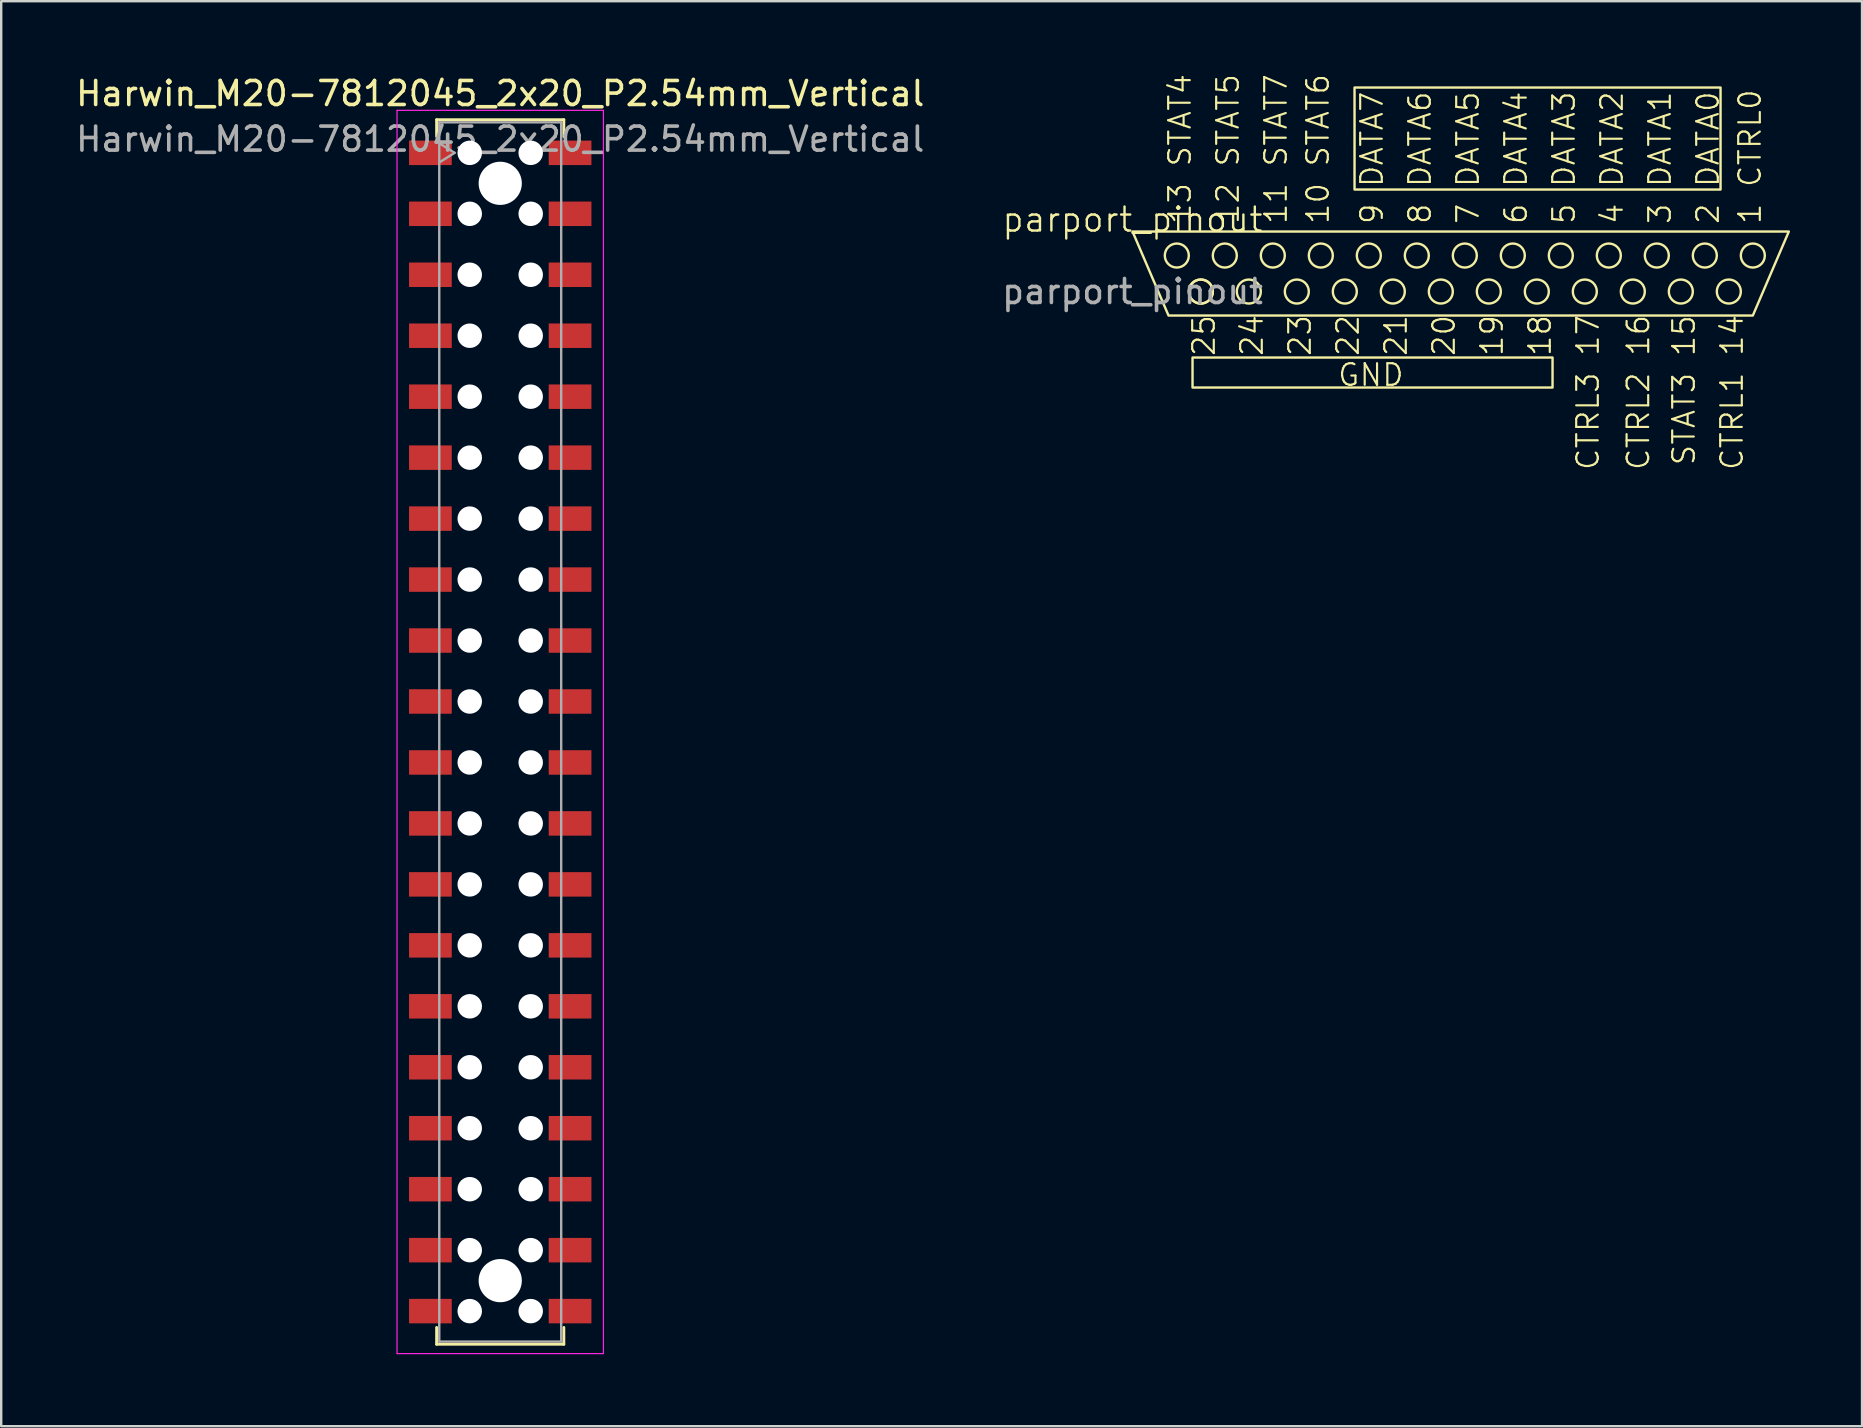
<source format=kicad_pcb>
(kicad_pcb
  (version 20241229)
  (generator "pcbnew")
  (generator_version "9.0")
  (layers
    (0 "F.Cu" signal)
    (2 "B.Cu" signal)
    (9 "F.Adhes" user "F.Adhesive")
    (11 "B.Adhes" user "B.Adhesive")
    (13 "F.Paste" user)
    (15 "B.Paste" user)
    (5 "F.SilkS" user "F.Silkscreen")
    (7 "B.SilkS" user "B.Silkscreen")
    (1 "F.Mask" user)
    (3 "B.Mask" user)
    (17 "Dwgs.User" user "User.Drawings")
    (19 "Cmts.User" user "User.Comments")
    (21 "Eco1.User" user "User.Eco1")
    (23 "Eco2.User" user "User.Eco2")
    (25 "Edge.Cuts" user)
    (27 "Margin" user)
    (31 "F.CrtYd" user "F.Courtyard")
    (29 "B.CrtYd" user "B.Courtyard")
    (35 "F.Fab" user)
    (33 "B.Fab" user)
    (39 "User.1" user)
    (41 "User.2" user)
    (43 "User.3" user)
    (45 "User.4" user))
  (footprint "Harwin_M20-7812045_2x20_P2.54mm_Vertical"
    (layer "F.Cu")
    (at 17.792 27.448)
    (property "Reference" "Harwin_M20-7812045_2x20_P2.54mm_Vertical" (at 0 -26.6 0) (layer "F.SilkS") (effects (font (size 1 1) (thickness 0.15))))
    (attr smd)
    (fp_line (start -2.65 -25.51) (end 2.65 -25.51) (stroke (width 0.12) (type solid)) (layer "F.SilkS"))
    (fp_line (start -2.65 -24.81) (end -2.65 -25.51) (stroke (width 0.12) (type solid)) (layer "F.SilkS"))
    (fp_line (start -2.65 24.81) (end -2.65 25.51) (stroke (width 0.12) (type solid)) (layer "F.SilkS"))
    (fp_line (start -2.65 25.51) (end 2.65 25.51) (stroke (width 0.12) (type solid)) (layer "F.SilkS"))
    (fp_line (start 2.65 -25.51) (end 2.65 -24.81) (stroke (width 0.12) (type solid)) (layer "F.SilkS"))
    (fp_line (start 2.65 25.51) (end 2.65 24.81) (stroke (width 0.12) (type solid)) (layer "F.SilkS"))
    (fp_line (start -4.3 -25.9) (end 4.3 -25.9) (stroke (width 0.05) (type solid)) (layer "F.CrtYd"))
    (fp_line (start -4.3 25.9) (end -4.3 -25.9) (stroke (width 0.05) (type solid)) (layer "F.CrtYd"))
    (fp_line (start 4.3 -25.9) (end 4.3 25.9) (stroke (width 0.05) (type solid)) (layer "F.CrtYd"))
    (fp_line (start 4.3 25.9) (end -4.3 25.9) (stroke (width 0.05) (type solid)) (layer "F.CrtYd"))
    (fp_line (start -2.54 -25.4) (end 2.54 -25.4) (stroke (width 0.1) (type solid)) (layer "F.Fab"))
    (fp_line (start -2.54 -24.53) (end -1.9 -24.13) (stroke (width 0.1) (type solid)) (layer "F.Fab"))
    (fp_line (start -2.54 25.4) (end -2.54 -25.4) (stroke (width 0.1) (type solid)) (layer "F.Fab"))
    (fp_line (start -1.9 -24.13) (end -2.54 -23.73) (stroke (width 0.1) (type solid)) (layer "F.Fab"))
    (fp_line (start 2.54 -25.4) (end 2.54 25.4) (stroke (width 0.1) (type solid)) (layer "F.Fab"))
    (fp_line (start 2.54 25.4) (end -2.54 25.4) (stroke (width 0.1) (type solid)) (layer "F.Fab"))
    (fp_text user "${REFERENCE}" (at 0 -24.7 0) (layer "F.Fab") (effects (font (size 1 1) (thickness 0.15))))
    (pad "" np_thru_hole circle (at -1.27 -24.13) (size 1.02 1.02) (drill 1.02) (layers "*.Cu" "*.Mask"))
    (pad "" np_thru_hole circle (at -1.27 -21.59) (size 1.02 1.02) (drill 1.02) (layers "*.Cu" "*.Mask"))
    (pad "" np_thru_hole circle (at -1.27 -19.05) (size 1.02 1.02) (drill 1.02) (layers "*.Cu" "*.Mask"))
    (pad "" np_thru_hole circle (at -1.27 -16.51) (size 1.02 1.02) (drill 1.02) (layers "*.Cu" "*.Mask"))
    (pad "" np_thru_hole circle (at -1.27 -13.97) (size 1.02 1.02) (drill 1.02) (layers "*.Cu" "*.Mask"))
    (pad "" np_thru_hole circle (at -1.27 -11.43) (size 1.02 1.02) (drill 1.02) (layers "*.Cu" "*.Mask"))
    (pad "" np_thru_hole circle (at -1.27 -8.89) (size 1.02 1.02) (drill 1.02) (layers "*.Cu" "*.Mask"))
    (pad "" np_thru_hole circle (at -1.27 -6.35) (size 1.02 1.02) (drill 1.02) (layers "*.Cu" "*.Mask"))
    (pad "" np_thru_hole circle (at -1.27 -3.81) (size 1.02 1.02) (drill 1.02) (layers "*.Cu" "*.Mask"))
    (pad "" np_thru_hole circle (at -1.27 -1.27) (size 1.02 1.02) (drill 1.02) (layers "*.Cu" "*.Mask"))
    (pad "" np_thru_hole circle (at -1.27 1.27) (size 1.02 1.02) (drill 1.02) (layers "*.Cu" "*.Mask"))
    (pad "" np_thru_hole circle (at -1.27 3.81) (size 1.02 1.02) (drill 1.02) (layers "*.Cu" "*.Mask"))
    (pad "" np_thru_hole circle (at -1.27 6.35) (size 1.02 1.02) (drill 1.02) (layers "*.Cu" "*.Mask"))
    (pad "" np_thru_hole circle (at -1.27 8.89) (size 1.02 1.02) (drill 1.02) (layers "*.Cu" "*.Mask"))
    (pad "" np_thru_hole circle (at -1.27 11.43) (size 1.02 1.02) (drill 1.02) (layers "*.Cu" "*.Mask"))
    (pad "" np_thru_hole circle (at -1.27 13.97) (size 1.02 1.02) (drill 1.02) (layers "*.Cu" "*.Mask"))
    (pad "" np_thru_hole circle (at -1.27 16.51) (size 1.02 1.02) (drill 1.02) (layers "*.Cu" "*.Mask"))
    (pad "" np_thru_hole circle (at -1.27 19.05) (size 1.02 1.02) (drill 1.02) (layers "*.Cu" "*.Mask"))
    (pad "" np_thru_hole circle (at -1.27 21.59) (size 1.02 1.02) (drill 1.02) (layers "*.Cu" "*.Mask"))
    (pad "" np_thru_hole circle (at -1.27 24.13) (size 1.02 1.02) (drill 1.02) (layers "*.Cu" "*.Mask"))
    (pad "" np_thru_hole circle (at 0 -22.86) (size 1.8 1.8) (drill 1.8) (layers "*.Cu" "*.Mask"))
    (pad "" np_thru_hole circle (at 0 22.86) (size 1.8 1.8) (drill 1.8) (layers "*.Cu" "*.Mask"))
    (pad "" np_thru_hole circle (at 1.27 -24.13) (size 1.02 1.02) (drill 1.02) (layers "*.Cu" "*.Mask"))
    (pad "" np_thru_hole circle (at 1.27 -21.59) (size 1.02 1.02) (drill 1.02) (layers "*.Cu" "*.Mask"))
    (pad "" np_thru_hole circle (at 1.27 -19.05) (size 1.02 1.02) (drill 1.02) (layers "*.Cu" "*.Mask"))
    (pad "" np_thru_hole circle (at 1.27 -16.51) (size 1.02 1.02) (drill 1.02) (layers "*.Cu" "*.Mask"))
    (pad "" np_thru_hole circle (at 1.27 -13.97) (size 1.02 1.02) (drill 1.02) (layers "*.Cu" "*.Mask"))
    (pad "" np_thru_hole circle (at 1.27 -11.43) (size 1.02 1.02) (drill 1.02) (layers "*.Cu" "*.Mask"))
    (pad "" np_thru_hole circle (at 1.27 -8.89) (size 1.02 1.02) (drill 1.02) (layers "*.Cu" "*.Mask"))
    (pad "" np_thru_hole circle (at 1.27 -6.35) (size 1.02 1.02) (drill 1.02) (layers "*.Cu" "*.Mask"))
    (pad "" np_thru_hole circle (at 1.27 -3.81) (size 1.02 1.02) (drill 1.02) (layers "*.Cu" "*.Mask"))
    (pad "" np_thru_hole circle (at 1.27 -1.27) (size 1.02 1.02) (drill 1.02) (layers "*.Cu" "*.Mask"))
    (pad "" np_thru_hole circle (at 1.27 1.27) (size 1.02 1.02) (drill 1.02) (layers "*.Cu" "*.Mask"))
    (pad "" np_thru_hole circle (at 1.27 3.81) (size 1.02 1.02) (drill 1.02) (layers "*.Cu" "*.Mask"))
    (pad "" np_thru_hole circle (at 1.27 6.35) (size 1.02 1.02) (drill 1.02) (layers "*.Cu" "*.Mask"))
    (pad "" np_thru_hole circle (at 1.27 8.89) (size 1.02 1.02) (drill 1.02) (layers "*.Cu" "*.Mask"))
    (pad "" np_thru_hole circle (at 1.27 11.43) (size 1.02 1.02) (drill 1.02) (layers "*.Cu" "*.Mask"))
    (pad "" np_thru_hole circle (at 1.27 13.97) (size 1.02 1.02) (drill 1.02) (layers "*.Cu" "*.Mask"))
    (pad "" np_thru_hole circle (at 1.27 16.51) (size 1.02 1.02) (drill 1.02) (layers "*.Cu" "*.Mask"))
    (pad "" np_thru_hole circle (at 1.27 19.05) (size 1.02 1.02) (drill 1.02) (layers "*.Cu" "*.Mask"))
    (pad "" np_thru_hole circle (at 1.27 21.59) (size 1.02 1.02) (drill 1.02) (layers "*.Cu" "*.Mask"))
    (pad "" np_thru_hole circle (at 1.27 24.13) (size 1.02 1.02) (drill 1.02) (layers "*.Cu" "*.Mask"))
    (pad "1" smd rect (at -2.91 -24.13) (size 1.78 1.02) (layers "F.Cu" "F.Mask" "F.Paste"))
    (pad "2" smd rect (at 2.91 -24.13) (size 1.78 1.02) (layers "F.Cu" "F.Mask" "F.Paste"))
    (pad "3" smd rect (at -2.91 -21.59) (size 1.78 1.02) (layers "F.Cu" "F.Mask" "F.Paste"))
    (pad "4" smd rect (at 2.91 -21.59) (size 1.78 1.02) (layers "F.Cu" "F.Mask" "F.Paste"))
    (pad "5" smd rect (at -2.91 -19.05) (size 1.78 1.02) (layers "F.Cu" "F.Mask" "F.Paste"))
    (pad "6" smd rect (at 2.91 -19.05) (size 1.78 1.02) (layers "F.Cu" "F.Mask" "F.Paste"))
    (pad "7" smd rect (at -2.91 -16.51) (size 1.78 1.02) (layers "F.Cu" "F.Mask" "F.Paste"))
    (pad "8" smd rect (at 2.91 -16.51) (size 1.78 1.02) (layers "F.Cu" "F.Mask" "F.Paste"))
    (pad "9" smd rect (at -2.91 -13.97) (size 1.78 1.02) (layers "F.Cu" "F.Mask" "F.Paste"))
    (pad "10" smd rect (at 2.91 -13.97) (size 1.78 1.02) (layers "F.Cu" "F.Mask" "F.Paste"))
    (pad "11" smd rect (at -2.91 -11.43) (size 1.78 1.02) (layers "F.Cu" "F.Mask" "F.Paste"))
    (pad "12" smd rect (at 2.91 -11.43) (size 1.78 1.02) (layers "F.Cu" "F.Mask" "F.Paste"))
    (pad "13" smd rect (at -2.91 -8.89) (size 1.78 1.02) (layers "F.Cu" "F.Mask" "F.Paste"))
    (pad "14" smd rect (at 2.91 -8.89) (size 1.78 1.02) (layers "F.Cu" "F.Mask" "F.Paste"))
    (pad "15" smd rect (at -2.91 -6.35) (size 1.78 1.02) (layers "F.Cu" "F.Mask" "F.Paste"))
    (pad "16" smd rect (at 2.91 -6.35) (size 1.78 1.02) (layers "F.Cu" "F.Mask" "F.Paste"))
    (pad "17" smd rect (at -2.91 -3.81) (size 1.78 1.02) (layers "F.Cu" "F.Mask" "F.Paste"))
    (pad "18" smd rect (at 2.91 -3.81) (size 1.78 1.02) (layers "F.Cu" "F.Mask" "F.Paste"))
    (pad "19" smd rect (at -2.91 -1.27) (size 1.78 1.02) (layers "F.Cu" "F.Mask" "F.Paste"))
    (pad "20" smd rect (at 2.91 -1.27) (size 1.78 1.02) (layers "F.Cu" "F.Mask" "F.Paste"))
    (pad "21" smd rect (at -2.91 1.27) (size 1.78 1.02) (layers "F.Cu" "F.Mask" "F.Paste"))
    (pad "22" smd rect (at 2.91 1.27) (size 1.78 1.02) (layers "F.Cu" "F.Mask" "F.Paste"))
    (pad "23" smd rect (at -2.91 3.81) (size 1.78 1.02) (layers "F.Cu" "F.Mask" "F.Paste"))
    (pad "24" smd rect (at 2.91 3.81) (size 1.78 1.02) (layers "F.Cu" "F.Mask" "F.Paste"))
    (pad "25" smd rect (at -2.91 6.35) (size 1.78 1.02) (layers "F.Cu" "F.Mask" "F.Paste"))
    (pad "26" smd rect (at 2.91 6.35) (size 1.78 1.02) (layers "F.Cu" "F.Mask" "F.Paste"))
    (pad "27" smd rect (at -2.91 8.89) (size 1.78 1.02) (layers "F.Cu" "F.Mask" "F.Paste"))
    (pad "28" smd rect (at 2.91 8.89) (size 1.78 1.02) (layers "F.Cu" "F.Mask" "F.Paste"))
    (pad "29" smd rect (at -2.91 11.43) (size 1.78 1.02) (layers "F.Cu" "F.Mask" "F.Paste"))
    (pad "30" smd rect (at 2.91 11.43) (size 1.78 1.02) (layers "F.Cu" "F.Mask" "F.Paste"))
    (pad "31" smd rect (at -2.91 13.97) (size 1.78 1.02) (layers "F.Cu" "F.Mask" "F.Paste"))
    (pad "32" smd rect (at 2.91 13.97) (size 1.78 1.02) (layers "F.Cu" "F.Mask" "F.Paste"))
    (pad "33" smd rect (at -2.91 16.51) (size 1.78 1.02) (layers "F.Cu" "F.Mask" "F.Paste"))
    (pad "34" smd rect (at 2.91 16.51) (size 1.78 1.02) (layers "F.Cu" "F.Mask" "F.Paste"))
    (pad "35" smd rect (at -2.91 19.05) (size 1.78 1.02) (layers "F.Cu" "F.Mask" "F.Paste"))
    (pad "36" smd rect (at 2.91 19.05) (size 1.78 1.02) (layers "F.Cu" "F.Mask" "F.Paste"))
    (pad "37" smd rect (at -2.91 21.59) (size 1.78 1.02) (layers "F.Cu" "F.Mask" "F.Paste"))
    (pad "38" smd rect (at 2.91 21.59) (size 1.78 1.02) (layers "F.Cu" "F.Mask" "F.Paste"))
    (pad "39" smd rect (at -2.91 24.13) (size 1.78 1.02) (layers "F.Cu" "F.Mask" "F.Paste"))
    (pad "40" smd rect (at 2.91 24.13) (size 1.78 1.02) (layers "F.Cu" "F.Mask" "F.Paste")))
  (footprint "parport_pinout"
    (layer "F.Cu")
    (at 44.137 6.597)
    (property "Reference" "parport_pinout" (at 0 -0.5 0) (unlocked yes) (layer "F.SilkS") (effects (font (size 1 1) (thickness 0.1))))
    (fp_rect (start 2.5 5.25) (end 17.5 6.5) (stroke (width 0.1) (type default)) (fill no) (layer "F.SilkS"))
    (fp_rect (start 9.25 -6) (end 24.5 -1.75) (stroke (width 0.1) (type default)) (fill no) (layer "F.SilkS"))
    (fp_circle (center 1.845 1) (end 2.345 1) (stroke (width 0.1) (type default)) (fill no) (layer "F.SilkS"))
    (fp_circle (center 2.845 2.5) (end 3.345 2.5) (stroke (width 0.1) (type default)) (fill no) (layer "F.SilkS"))
    (fp_circle (center 2.845 2.5) (end 3.345 2.5) (stroke (width 0.1) (type default)) (fill no) (layer "F.SilkS"))
    (fp_circle (center 3.845 1) (end 4.345 1) (stroke (width 0.1) (type default)) (fill no) (layer "F.SilkS"))
    (fp_circle (center 4.845 2.5) (end 5.345 2.5) (stroke (width 0.1) (type default)) (fill no) (layer "F.SilkS"))
    (fp_circle (center 5.845 1) (end 6.345 1) (stroke (width 0.1) (type default)) (fill no) (layer "F.SilkS"))
    (fp_circle (center 6.845 2.5) (end 7.345 2.5) (stroke (width 0.1) (type default)) (fill no) (layer "F.SilkS"))
    (fp_circle (center 7.845 1) (end 8.345 1) (stroke (width 0.1) (type default)) (fill no) (layer "F.SilkS"))
    (fp_circle (center 8.845 2.5) (end 9.345 2.5) (stroke (width 0.1) (type default)) (fill no) (layer "F.SilkS"))
    (fp_circle (center 9.845 1) (end 10.345 1) (stroke (width 0.1) (type default)) (fill no) (layer "F.SilkS"))
    (fp_circle (center 10.845 2.5) (end 11.345 2.5) (stroke (width 0.1) (type default)) (fill no) (layer "F.SilkS"))
    (fp_circle (center 11.845 1) (end 12.345 1) (stroke (width 0.1) (type default)) (fill no) (layer "F.SilkS"))
    (fp_circle (center 12.845 2.5) (end 13.345 2.5) (stroke (width 0.1) (type default)) (fill no) (layer "F.SilkS"))
    (fp_circle (center 13.845 1) (end 14.345 1) (stroke (width 0.1) (type default)) (fill no) (layer "F.SilkS"))
    (fp_circle (center 14.845 2.5) (end 15.345 2.5) (stroke (width 0.1) (type default)) (fill no) (layer "F.SilkS"))
    (fp_circle (center 15.845 1) (end 16.345 1) (stroke (width 0.1) (type default)) (fill no) (layer "F.SilkS"))
    (fp_circle (center 16.845 2.5) (end 17.345 2.5) (stroke (width 0.1) (type default)) (fill no) (layer "F.SilkS"))
    (fp_circle (center 17.845 1) (end 18.345 1) (stroke (width 0.1) (type default)) (fill no) (layer "F.SilkS"))
    (fp_circle (center 18.845 2.5) (end 19.345 2.5) (stroke (width 0.1) (type default)) (fill no) (layer "F.SilkS"))
    (fp_circle (center 19.845 1) (end 20.345 1) (stroke (width 0.1) (type default)) (fill no) (layer "F.SilkS"))
    (fp_circle (center 20.845 2.5) (end 21.345 2.5) (stroke (width 0.1) (type default)) (fill no) (layer "F.SilkS"))
    (fp_circle (center 21.845 1) (end 22.345 1) (stroke (width 0.1) (type default)) (fill no) (layer "F.SilkS"))
    (fp_circle (center 22.845 2.5) (end 23.345 2.5) (stroke (width 0.1) (type default)) (fill no) (layer "F.SilkS"))
    (fp_circle (center 23.845 1) (end 24.345 1) (stroke (width 0.1) (type default)) (fill no) (layer "F.SilkS"))
    (fp_circle (center 24.845 2.5) (end 25.345 2.5) (stroke (width 0.1) (type default)) (fill no) (layer "F.SilkS"))
    (fp_circle (center 25.845 1) (end 26.345 1) (stroke (width 0.1) (type default)) (fill no) (layer "F.SilkS"))
    (fp_poly (pts (xy 0 0) (xy 1.5 3.5) (xy 25.845 3.5) (xy 27.345 0)) (stroke (width 0.1) (type solid)) (fill no) (layer "F.SilkS"))
    (fp_text user "19" (at 15.5 5.25 90) (unlocked yes) (layer "F.SilkS") (effects (font (size 0.9 0.9) (thickness 0.09)) (justify left bottom)))
    (fp_text user "CTRL2 16" (at 21.6 10 90) (unlocked yes) (layer "F.SilkS") (effects (font (size 0.9 0.9) (thickness 0.09)) (justify left bottom)))
    (fp_text user "4 DATA2" (at 20.5 -0.25 90) (unlocked yes) (layer "F.SilkS") (effects (font (size 0.9 0.9) (thickness 0.09)) (justify left bottom)))
    (fp_text user "18" (at 17.5 5.25 90) (unlocked yes) (layer "F.SilkS") (effects (font (size 0.9 0.9) (thickness 0.09)) (justify left bottom)))
    (fp_text user "22" (at 9.5 5.25 90) (unlocked yes) (layer "F.SilkS") (effects (font (size 0.9 0.9) (thickness 0.09)) (justify left bottom)))
    (fp_text user "25" (at 3.5 5.25 90) (unlocked yes) (layer "F.SilkS") (effects (font (size 0.9 0.9) (thickness 0.09)) (justify left bottom)))
    (fp_text user "2 DATA0" (at 24.5 -0.25 90) (unlocked yes) (layer "F.SilkS") (effects (font (size 0.9 0.9) (thickness 0.09)) (justify left bottom)))
    (fp_text user "1 CTRL0" (at 26.25 -0.25 90) (unlocked yes) (layer "F.SilkS") (effects (font (size 0.9 0.9) (thickness 0.09)) (justify left bottom)))
    (fp_text user "3 DATA1" (at 22.5 -0.25 90) (unlocked yes) (layer "F.SilkS") (effects (font (size 0.9 0.9) (thickness 0.09)) (justify left bottom)))
    (fp_text user "10 STAT6" (at 8.25 -0.25 90) (unlocked yes) (layer "F.SilkS") (effects (font (size 0.9 0.9) (thickness 0.09)) (justify left bottom)))
    (fp_text user "7 DATA5" (at 14.5 -0.25 90) (unlocked yes) (layer "F.SilkS") (effects (font (size 0.9 0.9) (thickness 0.09)) (justify left bottom)))
    (fp_text user "CTRL3 17" (at 19.5 10 90) (unlocked yes) (layer "F.SilkS") (effects (font (size 0.9 0.9) (thickness 0.09)) (justify left bottom)))
    (fp_text user "11 STAT7" (at 6.5 -0.25 90) (unlocked yes) (layer "F.SilkS") (effects (font (size 0.9 0.9) (thickness 0.09)) (justify left bottom)))
    (fp_text user "21" (at 11.5 5.25 90) (unlocked yes) (layer "F.SilkS") (effects (font (size 0.9 0.9) (thickness 0.09)) (justify left bottom)))
    (fp_text user "8 DATA6" (at 12.5 -0.25 90) (unlocked yes) (layer "F.SilkS") (effects (font (size 0.9 0.9) (thickness 0.09)) (justify left bottom)))
    (fp_text user "23" (at 7.5 5.25 90) (unlocked yes) (layer "F.SilkS") (effects (font (size 0.9 0.9) (thickness 0.09)) (justify left bottom)))
    (fp_text user "CTRL1 14" (at 25.5 10 90) (unlocked yes) (layer "F.SilkS") (effects (font (size 0.9 0.9) (thickness 0.09)) (justify left bottom)))
    (fp_text user "24" (at 5.5 5.25 90) (unlocked yes) (layer "F.SilkS") (effects (font (size 0.9 0.9) (thickness 0.09)) (justify left bottom)))
    (fp_text user "9 DATA7" (at 10.5 -0.25 90) (unlocked yes) (layer "F.SilkS") (effects (font (size 0.9 0.9) (thickness 0.09)) (justify left bottom)))
    (fp_text user "GND" (at 8.5 6.5 0) (unlocked yes) (layer "F.SilkS") (effects (font (size 0.9 0.9) (thickness 0.09)) (justify left bottom)))
    (fp_text user "13 STAT4" (at 2.5 -0.25 90) (unlocked yes) (layer "F.SilkS") (effects (font (size 0.9 0.9) (thickness 0.09)) (justify left bottom)))
    (fp_text user "STAT3 15" (at 23.5 9.8 90) (unlocked yes) (layer "F.SilkS") (effects (font (size 0.9 0.9) (thickness 0.09)) (justify left bottom)))
    (fp_text user "5 DATA3" (at 18.5 -0.25 90) (unlocked yes) (layer "F.SilkS") (effects (font (size 0.9 0.9) (thickness 0.09)) (justify left bottom)))
    (fp_text user "20" (at 13.5 5.25 90) (unlocked yes) (layer "F.SilkS") (effects (font (size 0.9 0.9) (thickness 0.09)) (justify left bottom)))
    (fp_text user "6 DATA4" (at 16.5 -0.25 90) (unlocked yes) (layer "F.SilkS") (effects (font (size 0.9 0.9) (thickness 0.09)) (justify left bottom)))
    (fp_text user "12 STAT5" (at 4.5 -0.25 90) (unlocked yes) (layer "F.SilkS") (effects (font (size 0.9 0.9) (thickness 0.09)) (justify left bottom)))
    (fp_text user "${REFERENCE}" (at 0 2.5 0) (unlocked yes) (layer "F.Fab") (effects (font (size 1 1) (thickness 0.15)))))
  (gr_rect
    (start -3 -3)
    (end 74.532 56.373)
    (stroke (width 0.1) (type default))
    (fill no)
    (layer "Edge.Cuts")))
</source>
